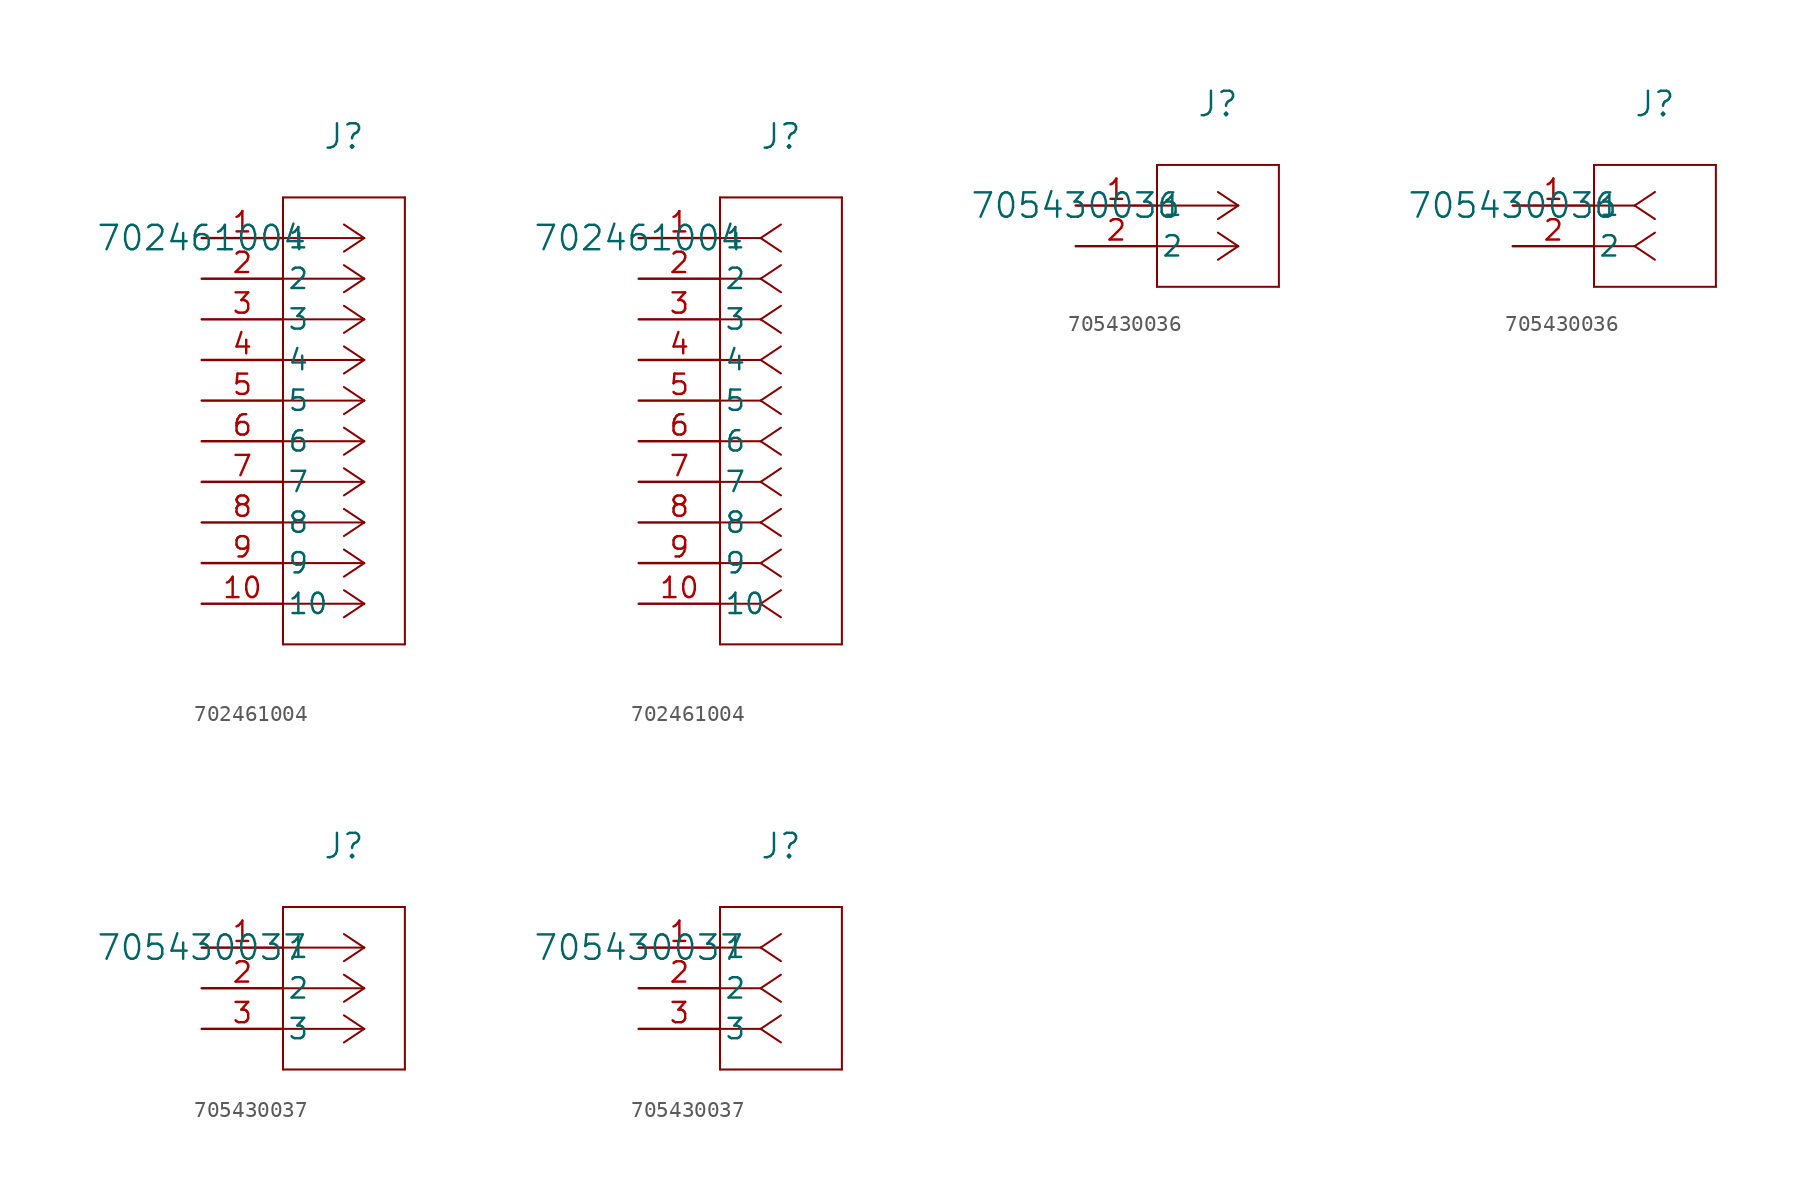
<source format=kicad_sym>
(kicad_symbol_lib
  (version 20241209)
  (generator "kicad_symbol_editor")
  (generator_version "9.0")
  (symbol "702461004"
    (pin_names
      (offset 0.254))
    (property "Reference" "J"
      (at 8.89 6.35 0)
      (effects (font (size 1.524 1.524))))
    (property "Value" "702461004"
      (at 0 0 0)
      (effects (font (size 1.524 1.524))))
    (property "ki_locked" ""
      (at 0 0 0)
      (effects (font (size 1.27 1.27))))
    (symbol "702461004_1_1"
      (polyline (pts (xy 5.08 2.54) (xy 5.08 -25.4)) (stroke (width 0.127) (type default)) (fill (type none)))
      (polyline (pts (xy 5.08 -25.4) (xy 12.7 -25.4)) (stroke (width 0.127) (type default)) (fill (type none)))
      (polyline (pts (xy 10.16 0) (xy 5.08 0)) (stroke (width 0.127) (type default)) (fill (type none)))
      (polyline (pts (xy 10.16 0) (xy 8.89 0.847)) (stroke (width 0.127) (type default)) (fill (type none)))
      (polyline (pts (xy 10.16 0) (xy 8.89 -0.847)) (stroke (width 0.127) (type default)) (fill (type none)))
      (polyline (pts (xy 10.16 -2.54) (xy 5.08 -2.54)) (stroke (width 0.127) (type default)) (fill (type none)))
      (polyline (pts (xy 10.16 -2.54) (xy 8.89 -1.693)) (stroke (width 0.127) (type default)) (fill (type none)))
      (polyline (pts (xy 10.16 -2.54) (xy 8.89 -3.387)) (stroke (width 0.127) (type default)) (fill (type none)))
      (polyline (pts (xy 10.16 -5.08) (xy 5.08 -5.08)) (stroke (width 0.127) (type default)) (fill (type none)))
      (polyline (pts (xy 10.16 -5.08) (xy 8.89 -4.233)) (stroke (width 0.127) (type default)) (fill (type none)))
      (polyline (pts (xy 10.16 -5.08) (xy 8.89 -5.927)) (stroke (width 0.127) (type default)) (fill (type none)))
      (polyline (pts (xy 10.16 -7.62) (xy 5.08 -7.62)) (stroke (width 0.127) (type default)) (fill (type none)))
      (polyline (pts (xy 10.16 -7.62) (xy 8.89 -6.773)) (stroke (width 0.127) (type default)) (fill (type none)))
      (polyline (pts (xy 10.16 -7.62) (xy 8.89 -8.467)) (stroke (width 0.127) (type default)) (fill (type none)))
      (polyline (pts (xy 10.16 -10.16) (xy 5.08 -10.16)) (stroke (width 0.127) (type default)) (fill (type none)))
      (polyline (pts (xy 10.16 -10.16) (xy 8.89 -9.313)) (stroke (width 0.127) (type default)) (fill (type none)))
      (polyline (pts (xy 10.16 -10.16) (xy 8.89 -11.007)) (stroke (width 0.127) (type default)) (fill (type none)))
      (polyline (pts (xy 10.16 -12.7) (xy 5.08 -12.7)) (stroke (width 0.127) (type default)) (fill (type none)))
      (polyline (pts (xy 10.16 -12.7) (xy 8.89 -11.853)) (stroke (width 0.127) (type default)) (fill (type none)))
      (polyline (pts (xy 10.16 -12.7) (xy 8.89 -13.547)) (stroke (width 0.127) (type default)) (fill (type none)))
      (polyline (pts (xy 10.16 -15.24) (xy 5.08 -15.24)) (stroke (width 0.127) (type default)) (fill (type none)))
      (polyline (pts (xy 10.16 -15.24) (xy 8.89 -14.393)) (stroke (width 0.127) (type default)) (fill (type none)))
      (polyline (pts (xy 10.16 -15.24) (xy 8.89 -16.087)) (stroke (width 0.127) (type default)) (fill (type none)))
      (polyline (pts (xy 10.16 -17.78) (xy 5.08 -17.78)) (stroke (width 0.127) (type default)) (fill (type none)))
      (polyline (pts (xy 10.16 -17.78) (xy 8.89 -16.933)) (stroke (width 0.127) (type default)) (fill (type none)))
      (polyline (pts (xy 10.16 -17.78) (xy 8.89 -18.627)) (stroke (width 0.127) (type default)) (fill (type none)))
      (polyline (pts (xy 10.16 -20.32) (xy 5.08 -20.32)) (stroke (width 0.127) (type default)) (fill (type none)))
      (polyline (pts (xy 10.16 -20.32) (xy 8.89 -19.473)) (stroke (width 0.127) (type default)) (fill (type none)))
      (polyline (pts (xy 10.16 -20.32) (xy 8.89 -21.167)) (stroke (width 0.127) (type default)) (fill (type none)))
      (polyline (pts (xy 10.16 -22.86) (xy 5.08 -22.86)) (stroke (width 0.127) (type default)) (fill (type none)))
      (polyline (pts (xy 10.16 -22.86) (xy 8.89 -22.013)) (stroke (width 0.127) (type default)) (fill (type none)))
      (polyline (pts (xy 10.16 -22.86) (xy 8.89 -23.707)) (stroke (width 0.127) (type default)) (fill (type none)))
      (polyline (pts (xy 12.7 2.54) (xy 5.08 2.54)) (stroke (width 0.127) (type default)) (fill (type none)))
      (polyline (pts (xy 12.7 -25.4) (xy 12.7 2.54)) (stroke (width 0.127) (type default)) (fill (type none)))
      (pin unspecified line (at 0 0 0) (length 5.08) (name "1" (effects (font (size 1.27 1.27)))) (number "1" (effects (font (size 1.27 1.27)))))
      (pin unspecified line (at 0 -2.54 0) (length 5.08) (name "2" (effects (font (size 1.27 1.27)))) (number "2" (effects (font (size 1.27 1.27)))))
      (pin unspecified line (at 0 -5.08 0) (length 5.08) (name "3" (effects (font (size 1.27 1.27)))) (number "3" (effects (font (size 1.27 1.27)))))
      (pin unspecified line (at 0 -7.62 0) (length 5.08) (name "4" (effects (font (size 1.27 1.27)))) (number "4" (effects (font (size 1.27 1.27)))))
      (pin unspecified line (at 0 -10.16 0) (length 5.08) (name "5" (effects (font (size 1.27 1.27)))) (number "5" (effects (font (size 1.27 1.27)))))
      (pin unspecified line (at 0 -12.7 0) (length 5.08) (name "6" (effects (font (size 1.27 1.27)))) (number "6" (effects (font (size 1.27 1.27)))))
      (pin unspecified line (at 0 -15.24 0) (length 5.08) (name "7" (effects (font (size 1.27 1.27)))) (number "7" (effects (font (size 1.27 1.27)))))
      (pin unspecified line (at 0 -17.78 0) (length 5.08) (name "8" (effects (font (size 1.27 1.27)))) (number "8" (effects (font (size 1.27 1.27)))))
      (pin unspecified line (at 0 -20.32 0) (length 5.08) (name "9" (effects (font (size 1.27 1.27)))) (number "9" (effects (font (size 1.27 1.27)))))
      (pin unspecified line (at 0 -22.86 0) (length 5.08) (name "10" (effects (font (size 1.27 1.27)))) (number "10" (effects (font (size 1.27 1.27))))))
    (symbol "702461004_1_2"
      (polyline (pts (xy 5.08 2.54) (xy 5.08 -25.4)) (stroke (width 0.127) (type default)) (fill (type none)))
      (polyline (pts (xy 5.08 -25.4) (xy 12.7 -25.4)) (stroke (width 0.127) (type default)) (fill (type none)))
      (polyline (pts (xy 7.62 0) (xy 5.08 0)) (stroke (width 0.127) (type default)) (fill (type none)))
      (polyline (pts (xy 7.62 0) (xy 8.89 0.847)) (stroke (width 0.127) (type default)) (fill (type none)))
      (polyline (pts (xy 7.62 0) (xy 8.89 -0.847)) (stroke (width 0.127) (type default)) (fill (type none)))
      (polyline (pts (xy 7.62 -2.54) (xy 5.08 -2.54)) (stroke (width 0.127) (type default)) (fill (type none)))
      (polyline (pts (xy 7.62 -2.54) (xy 8.89 -1.693)) (stroke (width 0.127) (type default)) (fill (type none)))
      (polyline (pts (xy 7.62 -2.54) (xy 8.89 -3.387)) (stroke (width 0.127) (type default)) (fill (type none)))
      (polyline (pts (xy 7.62 -5.08) (xy 5.08 -5.08)) (stroke (width 0.127) (type default)) (fill (type none)))
      (polyline (pts (xy 7.62 -5.08) (xy 8.89 -4.233)) (stroke (width 0.127) (type default)) (fill (type none)))
      (polyline (pts (xy 7.62 -5.08) (xy 8.89 -5.927)) (stroke (width 0.127) (type default)) (fill (type none)))
      (polyline (pts (xy 7.62 -7.62) (xy 5.08 -7.62)) (stroke (width 0.127) (type default)) (fill (type none)))
      (polyline (pts (xy 7.62 -7.62) (xy 8.89 -6.773)) (stroke (width 0.127) (type default)) (fill (type none)))
      (polyline (pts (xy 7.62 -7.62) (xy 8.89 -8.467)) (stroke (width 0.127) (type default)) (fill (type none)))
      (polyline (pts (xy 7.62 -10.16) (xy 5.08 -10.16)) (stroke (width 0.127) (type default)) (fill (type none)))
      (polyline (pts (xy 7.62 -10.16) (xy 8.89 -9.313)) (stroke (width 0.127) (type default)) (fill (type none)))
      (polyline (pts (xy 7.62 -10.16) (xy 8.89 -11.007)) (stroke (width 0.127) (type default)) (fill (type none)))
      (polyline (pts (xy 7.62 -12.7) (xy 5.08 -12.7)) (stroke (width 0.127) (type default)) (fill (type none)))
      (polyline (pts (xy 7.62 -12.7) (xy 8.89 -11.853)) (stroke (width 0.127) (type default)) (fill (type none)))
      (polyline (pts (xy 7.62 -12.7) (xy 8.89 -13.547)) (stroke (width 0.127) (type default)) (fill (type none)))
      (polyline (pts (xy 7.62 -15.24) (xy 5.08 -15.24)) (stroke (width 0.127) (type default)) (fill (type none)))
      (polyline (pts (xy 7.62 -15.24) (xy 8.89 -14.393)) (stroke (width 0.127) (type default)) (fill (type none)))
      (polyline (pts (xy 7.62 -15.24) (xy 8.89 -16.087)) (stroke (width 0.127) (type default)) (fill (type none)))
      (polyline (pts (xy 7.62 -17.78) (xy 5.08 -17.78)) (stroke (width 0.127) (type default)) (fill (type none)))
      (polyline (pts (xy 7.62 -17.78) (xy 8.89 -16.933)) (stroke (width 0.127) (type default)) (fill (type none)))
      (polyline (pts (xy 7.62 -17.78) (xy 8.89 -18.627)) (stroke (width 0.127) (type default)) (fill (type none)))
      (polyline (pts (xy 7.62 -20.32) (xy 5.08 -20.32)) (stroke (width 0.127) (type default)) (fill (type none)))
      (polyline (pts (xy 7.62 -20.32) (xy 8.89 -19.473)) (stroke (width 0.127) (type default)) (fill (type none)))
      (polyline (pts (xy 7.62 -20.32) (xy 8.89 -21.167)) (stroke (width 0.127) (type default)) (fill (type none)))
      (polyline (pts (xy 7.62 -22.86) (xy 5.08 -22.86)) (stroke (width 0.127) (type default)) (fill (type none)))
      (polyline (pts (xy 7.62 -22.86) (xy 8.89 -22.013)) (stroke (width 0.127) (type default)) (fill (type none)))
      (polyline (pts (xy 7.62 -22.86) (xy 8.89 -23.707)) (stroke (width 0.127) (type default)) (fill (type none)))
      (polyline (pts (xy 12.7 2.54) (xy 5.08 2.54)) (stroke (width 0.127) (type default)) (fill (type none)))
      (polyline (pts (xy 12.7 -25.4) (xy 12.7 2.54)) (stroke (width 0.127) (type default)) (fill (type none)))
      (pin unspecified line (at 0 0 0) (length 5.08) (name "1" (effects (font (size 1.27 1.27)))) (number "1" (effects (font (size 1.27 1.27)))))
      (pin unspecified line (at 0 -2.54 0) (length 5.08) (name "2" (effects (font (size 1.27 1.27)))) (number "2" (effects (font (size 1.27 1.27)))))
      (pin unspecified line (at 0 -5.08 0) (length 5.08) (name "3" (effects (font (size 1.27 1.27)))) (number "3" (effects (font (size 1.27 1.27)))))
      (pin unspecified line (at 0 -7.62 0) (length 5.08) (name "4" (effects (font (size 1.27 1.27)))) (number "4" (effects (font (size 1.27 1.27)))))
      (pin unspecified line (at 0 -10.16 0) (length 5.08) (name "5" (effects (font (size 1.27 1.27)))) (number "5" (effects (font (size 1.27 1.27)))))
      (pin unspecified line (at 0 -12.7 0) (length 5.08) (name "6" (effects (font (size 1.27 1.27)))) (number "6" (effects (font (size 1.27 1.27)))))
      (pin unspecified line (at 0 -15.24 0) (length 5.08) (name "7" (effects (font (size 1.27 1.27)))) (number "7" (effects (font (size 1.27 1.27)))))
      (pin unspecified line (at 0 -17.78 0) (length 5.08) (name "8" (effects (font (size 1.27 1.27)))) (number "8" (effects (font (size 1.27 1.27)))))
      (pin unspecified line (at 0 -20.32 0) (length 5.08) (name "9" (effects (font (size 1.27 1.27)))) (number "9" (effects (font (size 1.27 1.27)))))
      (pin unspecified line (at 0 -22.86 0) (length 5.08) (name "10" (effects (font (size 1.27 1.27)))) (number "10" (effects (font (size 1.27 1.27)))))))
  (symbol "705430036"
    (pin_names
      (offset 0.254))
    (property "Reference" "J"
      (at 8.89 6.35 0)
      (effects (font (size 1.524 1.524))))
    (property "Value" "705430036"
      (at 0 0 0)
      (effects (font (size 1.524 1.524))))
    (property "ki_locked" ""
      (at 0 0 0)
      (effects (font (size 1.27 1.27))))
    (symbol "705430036_1_1"
      (polyline (pts (xy 5.08 2.54) (xy 5.08 -5.08)) (stroke (width 0.127) (type default)) (fill (type none)))
      (polyline (pts (xy 5.08 -5.08) (xy 12.7 -5.08)) (stroke (width 0.127) (type default)) (fill (type none)))
      (polyline (pts (xy 10.16 0) (xy 5.08 0)) (stroke (width 0.127) (type default)) (fill (type none)))
      (polyline (pts (xy 10.16 0) (xy 8.89 0.847)) (stroke (width 0.127) (type default)) (fill (type none)))
      (polyline (pts (xy 10.16 0) (xy 8.89 -0.847)) (stroke (width 0.127) (type default)) (fill (type none)))
      (polyline (pts (xy 10.16 -2.54) (xy 5.08 -2.54)) (stroke (width 0.127) (type default)) (fill (type none)))
      (polyline (pts (xy 10.16 -2.54) (xy 8.89 -1.693)) (stroke (width 0.127) (type default)) (fill (type none)))
      (polyline (pts (xy 10.16 -2.54) (xy 8.89 -3.387)) (stroke (width 0.127) (type default)) (fill (type none)))
      (polyline (pts (xy 12.7 2.54) (xy 5.08 2.54)) (stroke (width 0.127) (type default)) (fill (type none)))
      (polyline (pts (xy 12.7 -5.08) (xy 12.7 2.54)) (stroke (width 0.127) (type default)) (fill (type none)))
      (pin unspecified line (at 0 0 0) (length 5.08) (name "1" (effects (font (size 1.27 1.27)))) (number "1" (effects (font (size 1.27 1.27)))))
      (pin unspecified line (at 0 -2.54 0) (length 5.08) (name "2" (effects (font (size 1.27 1.27)))) (number "2" (effects (font (size 1.27 1.27))))))
    (symbol "705430036_1_2"
      (polyline (pts (xy 5.08 2.54) (xy 5.08 -5.08)) (stroke (width 0.127) (type default)) (fill (type none)))
      (polyline (pts (xy 5.08 -5.08) (xy 12.7 -5.08)) (stroke (width 0.127) (type default)) (fill (type none)))
      (polyline (pts (xy 7.62 0) (xy 5.08 0)) (stroke (width 0.127) (type default)) (fill (type none)))
      (polyline (pts (xy 7.62 0) (xy 8.89 0.847)) (stroke (width 0.127) (type default)) (fill (type none)))
      (polyline (pts (xy 7.62 0) (xy 8.89 -0.847)) (stroke (width 0.127) (type default)) (fill (type none)))
      (polyline (pts (xy 7.62 -2.54) (xy 5.08 -2.54)) (stroke (width 0.127) (type default)) (fill (type none)))
      (polyline (pts (xy 7.62 -2.54) (xy 8.89 -1.693)) (stroke (width 0.127) (type default)) (fill (type none)))
      (polyline (pts (xy 7.62 -2.54) (xy 8.89 -3.387)) (stroke (width 0.127) (type default)) (fill (type none)))
      (polyline (pts (xy 12.7 2.54) (xy 5.08 2.54)) (stroke (width 0.127) (type default)) (fill (type none)))
      (polyline (pts (xy 12.7 -5.08) (xy 12.7 2.54)) (stroke (width 0.127) (type default)) (fill (type none)))
      (pin unspecified line (at 0 0 0) (length 5.08) (name "1" (effects (font (size 1.27 1.27)))) (number "1" (effects (font (size 1.27 1.27)))))
      (pin unspecified line (at 0 -2.54 0) (length 5.08) (name "2" (effects (font (size 1.27 1.27)))) (number "2" (effects (font (size 1.27 1.27)))))))
  (symbol "705430037"
    (pin_names
      (offset 0.254))
    (property "Reference" "J"
      (at 8.89 6.35 0)
      (effects (font (size 1.524 1.524))))
    (property "Value" "705430037"
      (at 0 0 0)
      (effects (font (size 1.524 1.524))))
    (property "ki_locked" ""
      (at 0 0 0)
      (effects (font (size 1.27 1.27))))
    (symbol "705430037_1_1"
      (polyline (pts (xy 5.08 2.54) (xy 5.08 -7.62)) (stroke (width 0.127) (type default)) (fill (type none)))
      (polyline (pts (xy 5.08 -7.62) (xy 12.7 -7.62)) (stroke (width 0.127) (type default)) (fill (type none)))
      (polyline (pts (xy 10.16 0) (xy 5.08 0)) (stroke (width 0.127) (type default)) (fill (type none)))
      (polyline (pts (xy 10.16 0) (xy 8.89 0.847)) (stroke (width 0.127) (type default)) (fill (type none)))
      (polyline (pts (xy 10.16 0) (xy 8.89 -0.847)) (stroke (width 0.127) (type default)) (fill (type none)))
      (polyline (pts (xy 10.16 -2.54) (xy 5.08 -2.54)) (stroke (width 0.127) (type default)) (fill (type none)))
      (polyline (pts (xy 10.16 -2.54) (xy 8.89 -1.693)) (stroke (width 0.127) (type default)) (fill (type none)))
      (polyline (pts (xy 10.16 -2.54) (xy 8.89 -3.387)) (stroke (width 0.127) (type default)) (fill (type none)))
      (polyline (pts (xy 10.16 -5.08) (xy 5.08 -5.08)) (stroke (width 0.127) (type default)) (fill (type none)))
      (polyline (pts (xy 10.16 -5.08) (xy 8.89 -4.233)) (stroke (width 0.127) (type default)) (fill (type none)))
      (polyline (pts (xy 10.16 -5.08) (xy 8.89 -5.927)) (stroke (width 0.127) (type default)) (fill (type none)))
      (polyline (pts (xy 12.7 2.54) (xy 5.08 2.54)) (stroke (width 0.127) (type default)) (fill (type none)))
      (polyline (pts (xy 12.7 -7.62) (xy 12.7 2.54)) (stroke (width 0.127) (type default)) (fill (type none)))
      (pin unspecified line (at 0 0 0) (length 5.08) (name "1" (effects (font (size 1.27 1.27)))) (number "1" (effects (font (size 1.27 1.27)))))
      (pin unspecified line (at 0 -2.54 0) (length 5.08) (name "2" (effects (font (size 1.27 1.27)))) (number "2" (effects (font (size 1.27 1.27)))))
      (pin unspecified line (at 0 -5.08 0) (length 5.08) (name "3" (effects (font (size 1.27 1.27)))) (number "3" (effects (font (size 1.27 1.27))))))
    (symbol "705430037_1_2"
      (polyline (pts (xy 5.08 2.54) (xy 5.08 -7.62)) (stroke (width 0.127) (type default)) (fill (type none)))
      (polyline (pts (xy 5.08 -7.62) (xy 12.7 -7.62)) (stroke (width 0.127) (type default)) (fill (type none)))
      (polyline (pts (xy 7.62 0) (xy 5.08 0)) (stroke (width 0.127) (type default)) (fill (type none)))
      (polyline (pts (xy 7.62 0) (xy 8.89 0.847)) (stroke (width 0.127) (type default)) (fill (type none)))
      (polyline (pts (xy 7.62 0) (xy 8.89 -0.847)) (stroke (width 0.127) (type default)) (fill (type none)))
      (polyline (pts (xy 7.62 -2.54) (xy 5.08 -2.54)) (stroke (width 0.127) (type default)) (fill (type none)))
      (polyline (pts (xy 7.62 -2.54) (xy 8.89 -1.693)) (stroke (width 0.127) (type default)) (fill (type none)))
      (polyline (pts (xy 7.62 -2.54) (xy 8.89 -3.387)) (stroke (width 0.127) (type default)) (fill (type none)))
      (polyline (pts (xy 7.62 -5.08) (xy 5.08 -5.08)) (stroke (width 0.127) (type default)) (fill (type none)))
      (polyline (pts (xy 7.62 -5.08) (xy 8.89 -4.233)) (stroke (width 0.127) (type default)) (fill (type none)))
      (polyline (pts (xy 7.62 -5.08) (xy 8.89 -5.927)) (stroke (width 0.127) (type default)) (fill (type none)))
      (polyline (pts (xy 12.7 2.54) (xy 5.08 2.54)) (stroke (width 0.127) (type default)) (fill (type none)))
      (polyline (pts (xy 12.7 -7.62) (xy 12.7 2.54)) (stroke (width 0.127) (type default)) (fill (type none)))
      (pin unspecified line (at 0 0 0) (length 5.08) (name "1" (effects (font (size 1.27 1.27)))) (number "1" (effects (font (size 1.27 1.27)))))
      (pin unspecified line (at 0 -2.54 0) (length 5.08) (name "2" (effects (font (size 1.27 1.27)))) (number "2" (effects (font (size 1.27 1.27)))))
      (pin unspecified line (at 0 -5.08 0) (length 5.08) (name "3" (effects (font (size 1.27 1.27)))) (number "3" (effects (font (size 1.27 1.27))))))))
</source>
